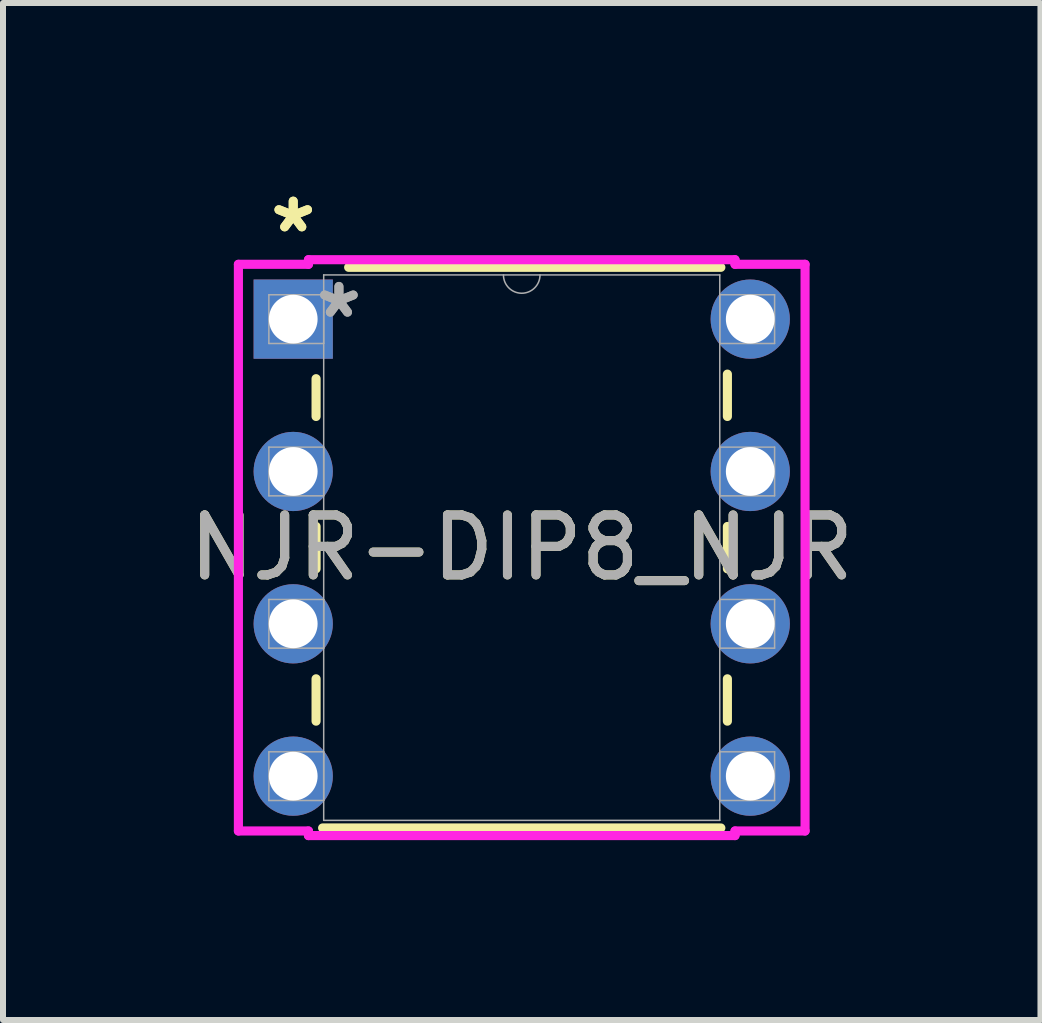
<source format=kicad_pcb>
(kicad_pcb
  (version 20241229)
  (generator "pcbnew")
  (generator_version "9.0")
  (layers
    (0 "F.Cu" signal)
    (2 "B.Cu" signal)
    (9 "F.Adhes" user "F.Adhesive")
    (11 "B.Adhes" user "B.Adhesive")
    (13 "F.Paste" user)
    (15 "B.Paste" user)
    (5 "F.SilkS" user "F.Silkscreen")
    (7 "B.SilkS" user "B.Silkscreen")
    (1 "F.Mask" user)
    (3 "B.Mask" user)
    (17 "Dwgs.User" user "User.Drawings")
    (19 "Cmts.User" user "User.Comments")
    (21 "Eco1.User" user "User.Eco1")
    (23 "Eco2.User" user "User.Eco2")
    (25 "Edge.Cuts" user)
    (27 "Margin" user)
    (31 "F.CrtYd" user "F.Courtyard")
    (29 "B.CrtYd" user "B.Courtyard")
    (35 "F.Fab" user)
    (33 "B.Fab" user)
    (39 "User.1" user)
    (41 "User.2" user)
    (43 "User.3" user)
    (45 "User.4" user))
  (footprint "NJR-DIP8_NJR"
    (layer "F.Cu")
    (at 1.839 2.271)
    (property "Reference" "NJR-DIP8_NJR" (at 3.81 3.81 0) (unlocked yes) (layer "F.SilkS") (effects (font (size 1 1) (thickness 0.15))))
    (attr through_hole)
    (fp_line (start 0.381 0.993) (end 0.381 1.623) (stroke (width 0.152) (type solid)) (layer "F.SilkS"))
    (fp_line (start 0.381 3.457) (end 0.381 4.163) (stroke (width 0.152) (type solid)) (layer "F.SilkS"))
    (fp_line (start 0.381 5.997) (end 0.381 6.703) (stroke (width 0.152) (type solid)) (layer "F.SilkS"))
    (fp_line (start 0.49 8.484) (end 7.13 8.484) (stroke (width 0.152) (type solid)) (layer "F.SilkS"))
    (fp_line (start 7.13 -0.864) (end 0.924 -0.864) (stroke (width 0.152) (type solid)) (layer "F.SilkS"))
    (fp_line (start 7.239 1.623) (end 7.239 0.917) (stroke (width 0.152) (type solid)) (layer "F.SilkS"))
    (fp_line (start 7.239 4.163) (end 7.239 3.457) (stroke (width 0.152) (type solid)) (layer "F.SilkS"))
    (fp_line (start 7.239 6.703) (end 7.239 5.997) (stroke (width 0.152) (type solid)) (layer "F.SilkS"))
    (fp_line (start -0.914 -0.914) (end 0.254 -0.914) (stroke (width 0.152) (type solid)) (layer "F.CrtYd"))
    (fp_line (start -0.914 8.534) (end -0.914 -0.914) (stroke (width 0.152) (type solid)) (layer "F.CrtYd"))
    (fp_line (start 0.254 -0.991) (end 7.366 -0.991) (stroke (width 0.152) (type solid)) (layer "F.CrtYd"))
    (fp_line (start 0.254 -0.914) (end 0.254 -0.991) (stroke (width 0.152) (type solid)) (layer "F.CrtYd"))
    (fp_line (start 0.254 8.534) (end -0.914 8.534) (stroke (width 0.152) (type solid)) (layer "F.CrtYd"))
    (fp_line (start 0.254 8.611) (end 0.254 8.534) (stroke (width 0.152) (type solid)) (layer "F.CrtYd"))
    (fp_line (start 7.366 -0.991) (end 7.366 -0.914) (stroke (width 0.152) (type solid)) (layer "F.CrtYd"))
    (fp_line (start 7.366 8.534) (end 7.366 8.611) (stroke (width 0.152) (type solid)) (layer "F.CrtYd"))
    (fp_line (start 7.366 8.611) (end 0.254 8.611) (stroke (width 0.152) (type solid)) (layer "F.CrtYd"))
    (fp_line (start 8.534 -0.914) (end 7.366 -0.914) (stroke (width 0.152) (type solid)) (layer "F.CrtYd"))
    (fp_line (start 8.534 -0.914) (end 8.534 8.534) (stroke (width 0.152) (type solid)) (layer "F.CrtYd"))
    (fp_line (start 8.534 8.534) (end 7.366 8.534) (stroke (width 0.152) (type solid)) (layer "F.CrtYd"))
    (fp_line (start -0.406 -0.406) (end -0.406 0.406) (stroke (width 0.025) (type solid)) (layer "F.Fab"))
    (fp_line (start -0.406 0.406) (end 0.508 0.406) (stroke (width 0.025) (type solid)) (layer "F.Fab"))
    (fp_line (start -0.406 2.134) (end -0.406 2.946) (stroke (width 0.025) (type solid)) (layer "F.Fab"))
    (fp_line (start -0.406 2.946) (end 0.508 2.946) (stroke (width 0.025) (type solid)) (layer "F.Fab"))
    (fp_line (start -0.406 4.674) (end -0.406 5.486) (stroke (width 0.025) (type solid)) (layer "F.Fab"))
    (fp_line (start -0.406 5.486) (end 0.508 5.486) (stroke (width 0.025) (type solid)) (layer "F.Fab"))
    (fp_line (start -0.406 7.214) (end -0.406 8.026) (stroke (width 0.025) (type solid)) (layer "F.Fab"))
    (fp_line (start -0.406 8.026) (end 0.508 8.026) (stroke (width 0.025) (type solid)) (layer "F.Fab"))
    (fp_line (start 0.508 -0.737) (end 0.508 8.357) (stroke (width 0.025) (type solid)) (layer "F.Fab"))
    (fp_line (start 0.508 -0.406) (end -0.406 -0.406) (stroke (width 0.025) (type solid)) (layer "F.Fab"))
    (fp_line (start 0.508 0.406) (end 0.508 -0.406) (stroke (width 0.025) (type solid)) (layer "F.Fab"))
    (fp_line (start 0.508 2.134) (end -0.406 2.134) (stroke (width 0.025) (type solid)) (layer "F.Fab"))
    (fp_line (start 0.508 2.946) (end 0.508 2.134) (stroke (width 0.025) (type solid)) (layer "F.Fab"))
    (fp_line (start 0.508 4.674) (end -0.406 4.674) (stroke (width 0.025) (type solid)) (layer "F.Fab"))
    (fp_line (start 0.508 5.486) (end 0.508 4.674) (stroke (width 0.025) (type solid)) (layer "F.Fab"))
    (fp_line (start 0.508 7.214) (end -0.406 7.214) (stroke (width 0.025) (type solid)) (layer "F.Fab"))
    (fp_line (start 0.508 8.026) (end 0.508 7.214) (stroke (width 0.025) (type solid)) (layer "F.Fab"))
    (fp_line (start 0.508 8.357) (end 7.112 8.357) (stroke (width 0.025) (type solid)) (layer "F.Fab"))
    (fp_line (start 7.112 -0.737) (end 0.508 -0.737) (stroke (width 0.025) (type solid)) (layer "F.Fab"))
    (fp_line (start 7.112 -0.406) (end 7.112 0.406) (stroke (width 0.025) (type solid)) (layer "F.Fab"))
    (fp_line (start 7.112 0.406) (end 8.026 0.406) (stroke (width 0.025) (type solid)) (layer "F.Fab"))
    (fp_line (start 7.112 2.134) (end 7.112 2.946) (stroke (width 0.025) (type solid)) (layer "F.Fab"))
    (fp_line (start 7.112 2.946) (end 8.026 2.946) (stroke (width 0.025) (type solid)) (layer "F.Fab"))
    (fp_line (start 7.112 4.674) (end 7.112 5.486) (stroke (width 0.025) (type solid)) (layer "F.Fab"))
    (fp_line (start 7.112 5.486) (end 8.026 5.486) (stroke (width 0.025) (type solid)) (layer "F.Fab"))
    (fp_line (start 7.112 7.214) (end 7.112 8.026) (stroke (width 0.025) (type solid)) (layer "F.Fab"))
    (fp_line (start 7.112 8.026) (end 8.026 8.026) (stroke (width 0.025) (type solid)) (layer "F.Fab"))
    (fp_line (start 7.112 8.357) (end 7.112 -0.737) (stroke (width 0.025) (type solid)) (layer "F.Fab"))
    (fp_line (start 8.026 -0.406) (end 7.112 -0.406) (stroke (width 0.025) (type solid)) (layer "F.Fab"))
    (fp_line (start 8.026 0.406) (end 8.026 -0.406) (stroke (width 0.025) (type solid)) (layer "F.Fab"))
    (fp_line (start 8.026 2.134) (end 7.112 2.134) (stroke (width 0.025) (type solid)) (layer "F.Fab"))
    (fp_line (start 8.026 2.946) (end 8.026 2.134) (stroke (width 0.025) (type solid)) (layer "F.Fab"))
    (fp_line (start 8.026 4.674) (end 7.112 4.674) (stroke (width 0.025) (type solid)) (layer "F.Fab"))
    (fp_line (start 8.026 5.486) (end 8.026 4.674) (stroke (width 0.025) (type solid)) (layer "F.Fab"))
    (fp_line (start 8.026 7.214) (end 7.112 7.214) (stroke (width 0.025) (type solid)) (layer "F.Fab"))
    (fp_line (start 8.026 8.026) (end 8.026 7.214) (stroke (width 0.025) (type solid)) (layer "F.Fab"))
    (fp_arc (start 4.1148 -0.7366) (mid 3.81 -0.4318) (end 3.5052 -0.7366) (stroke (width 0.0254) (type solid)) (layer "F.Fab"))
    (fp_text user "*" (at 0 -1.422 0) (unlocked yes) (layer "F.SilkS") (effects (font (size 1 1) (thickness 0.15))))
    (fp_text user "*" (at 0 -1.422 0) (layer "F.SilkS") (effects (font (size 1 1) (thickness 0.15))))
    (fp_text user "*" (at 0.762 0 0) (layer "F.Fab") (effects (font (size 1 1) (thickness 0.15))))
    (fp_text user "${REFERENCE}" (at 3.81 3.81 0) (unlocked yes) (layer "F.Fab") (effects (font (size 1 1) (thickness 0.15))))
    (fp_text user "*" (at 0.762 0 0) (unlocked yes) (layer "F.Fab") (effects (font (size 1 1) (thickness 0.15))))
    (pad "1" thru_hole rect (at 0 0) (size 1.321 1.321) (drill 0.813) (layers "*.Cu" "*.Mask"))
    (pad "2" thru_hole circle (at 0 2.54) (size 1.321 1.321) (drill 0.813) (layers "*.Cu" "*.Mask"))
    (pad "3" thru_hole circle (at 0 5.08) (size 1.321 1.321) (drill 0.813) (layers "*.Cu" "*.Mask"))
    (pad "4" thru_hole circle (at 0 7.62) (size 1.321 1.321) (drill 0.813) (layers "*.Cu" "*.Mask"))
    (pad "5" thru_hole circle (at 7.62 7.62) (size 1.321 1.321) (drill 0.813) (layers "*.Cu" "*.Mask"))
    (pad "6" thru_hole circle (at 7.62 5.08) (size 1.321 1.321) (drill 0.813) (layers "*.Cu" "*.Mask"))
    (pad "7" thru_hole circle (at 7.62 2.54) (size 1.321 1.321) (drill 0.813) (layers "*.Cu" "*.Mask"))
    (pad "8" thru_hole circle (at 7.62 0) (size 1.321 1.321) (drill 0.813) (layers "*.Cu" "*.Mask")))
  (gr_rect
    (start -3 -3)
    (end 14.298 13.957)
    (stroke (width 0.1) (type default))
    (fill no)
    (layer "Edge.Cuts")))
</source>
